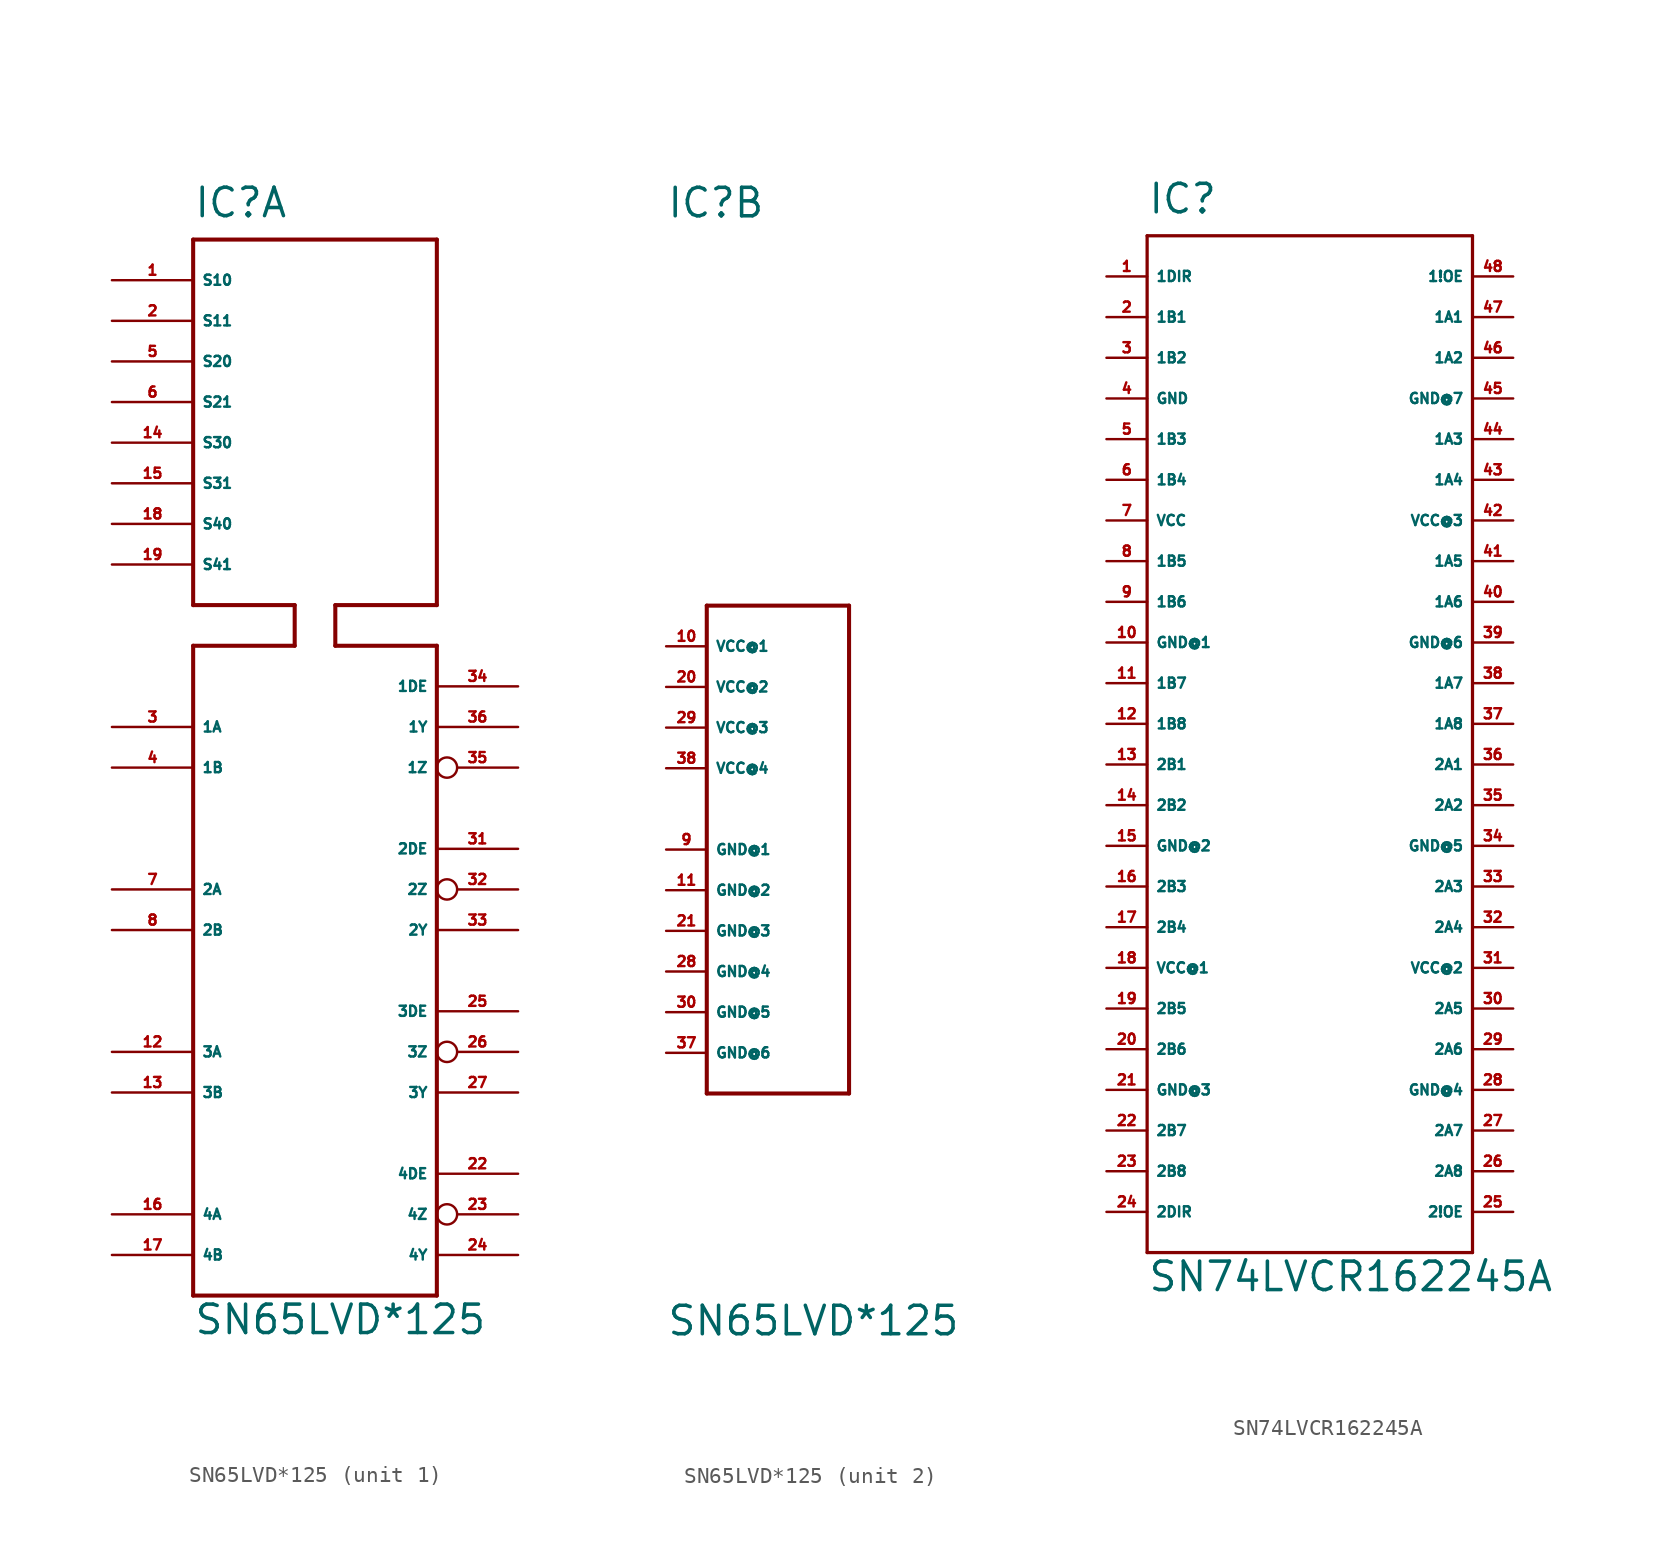
<source format=kicad_sym>
(kicad_symbol_lib
  (version 20220914)
  (generator Eagle2Kicad)
  (symbol "SN65LVD*125"
    (property "Reference" "IC"
      (at -7.62 36.83 0)
      (effects (font (size 1.778 1.778) (thickness 0.22)) (justify left bottom)))
    (property "Value" "SN65LVD*125"
      (at -7.62 -33.02 0)
      (effects (font (size 1.778 1.778) (thickness 0.22)) (justify left bottom)))
    (symbol "SN65LVD*125_1_0"
      (polyline (pts (xy -7.62 -30.48) (xy 7.62 -30.48)) (stroke (width 0.254) (type default)) (fill (type none)))
      (polyline (pts (xy 7.62 -30.48) (xy 7.62 10.16)) (stroke (width 0.254) (type default)) (fill (type none)))
      (polyline (pts (xy 7.62 10.16) (xy 1.27 10.16)) (stroke (width 0.254) (type default)) (fill (type none)))
      (polyline (pts (xy 1.27 12.7) (xy 7.62 12.7)) (stroke (width 0.254) (type default)) (fill (type none)))
      (polyline (pts (xy 7.62 12.7) (xy 7.62 35.56)) (stroke (width 0.254) (type default)) (fill (type none)))
      (polyline (pts (xy 7.62 35.56) (xy -7.62 35.56)) (stroke (width 0.254) (type default)) (fill (type none)))
      (polyline (pts (xy -7.62 35.56) (xy -7.62 12.7)) (stroke (width 0.254) (type default)) (fill (type none)))
      (polyline (pts (xy -7.62 12.7) (xy -1.27 12.7)) (stroke (width 0.254) (type default)) (fill (type none)))
      (polyline (pts (xy -1.27 12.7) (xy -1.27 10.16)) (stroke (width 0.254) (type default)) (fill (type none)))
      (polyline (pts (xy -1.27 10.16) (xy -7.62 10.16)) (stroke (width 0.254) (type default)) (fill (type none)))
      (polyline (pts (xy -7.62 10.16) (xy -7.62 -30.48)) (stroke (width 0.254) (type default)) (fill (type none)))
      (polyline (pts (xy 1.27 12.7) (xy 1.27 10.16)) (stroke (width 0.254) (type default)) (fill (type none)))
      (pin input line (at -12.7 5.08 0) (length 5.08) (name "1A" (effects (font (size 0.635 0.635) (thickness 0.08)) (justify left bottom))) (number "3" (effects (font (size 0.635 0.635) (thickness 0.08)) (justify left bottom))))
      (pin input line (at -12.7 2.54 0) (length 5.08) (name "1B" (effects (font (size 0.635 0.635) (thickness 0.08)) (justify left bottom))) (number "4" (effects (font (size 0.635 0.635) (thickness 0.08)) (justify left bottom))))
      (pin input line (at -12.7 -5.08 0) (length 5.08) (name "2A" (effects (font (size 0.635 0.635) (thickness 0.08)) (justify left bottom))) (number "7" (effects (font (size 0.635 0.635) (thickness 0.08)) (justify left bottom))))
      (pin input line (at -12.7 -7.62 0) (length 5.08) (name "2B" (effects (font (size 0.635 0.635) (thickness 0.08)) (justify left bottom))) (number "8" (effects (font (size 0.635 0.635) (thickness 0.08)) (justify left bottom))))
      (pin input line (at -12.7 -15.24 0) (length 5.08) (name "3A" (effects (font (size 0.635 0.635) (thickness 0.08)) (justify left bottom))) (number "12" (effects (font (size 0.635 0.635) (thickness 0.08)) (justify left bottom))))
      (pin input line (at -12.7 -17.78 0) (length 5.08) (name "3B" (effects (font (size 0.635 0.635) (thickness 0.08)) (justify left bottom))) (number "13" (effects (font (size 0.635 0.635) (thickness 0.08)) (justify left bottom))))
      (pin input line (at -12.7 -25.4 0) (length 5.08) (name "4A" (effects (font (size 0.635 0.635) (thickness 0.08)) (justify left bottom))) (number "16" (effects (font (size 0.635 0.635) (thickness 0.08)) (justify left bottom))))
      (pin input line (at -12.7 -27.94 0) (length 5.08) (name "4B" (effects (font (size 0.635 0.635) (thickness 0.08)) (justify left bottom))) (number "17" (effects (font (size 0.635 0.635) (thickness 0.08)) (justify left bottom))))
      (pin input line (at 12.7 7.62 180) (length 5.08) (name "1DE" (effects (font (size 0.635 0.635) (thickness 0.08)) (justify left bottom))) (number "34" (effects (font (size 0.635 0.635) (thickness 0.08)) (justify left bottom))))
      (pin input line (at 12.7 -2.54 180) (length 5.08) (name "2DE" (effects (font (size 0.635 0.635) (thickness 0.08)) (justify left bottom))) (number "31" (effects (font (size 0.635 0.635) (thickness 0.08)) (justify left bottom))))
      (pin input line (at 12.7 -12.7 180) (length 5.08) (name "3DE" (effects (font (size 0.635 0.635) (thickness 0.08)) (justify left bottom))) (number "25" (effects (font (size 0.635 0.635) (thickness 0.08)) (justify left bottom))))
      (pin input line (at 12.7 -22.86 180) (length 5.08) (name "4DE" (effects (font (size 0.635 0.635) (thickness 0.08)) (justify left bottom))) (number "22" (effects (font (size 0.635 0.635) (thickness 0.08)) (justify left bottom))))
      (pin output line (at 12.7 5.08 180) (length 5.08) (name "1Y" (effects (font (size 0.635 0.635) (thickness 0.08)) (justify left bottom))) (number "36" (effects (font (size 0.635 0.635) (thickness 0.08)) (justify left bottom))))
      (pin output inverted (at 12.7 2.54 180) (length 5.08) (name "1Z" (effects (font (size 0.635 0.635) (thickness 0.08)) (justify left bottom))) (number "35" (effects (font (size 0.635 0.635) (thickness 0.08)) (justify left bottom))))
      (pin output inverted (at 12.7 -5.08 180) (length 5.08) (name "2Z" (effects (font (size 0.635 0.635) (thickness 0.08)) (justify left bottom))) (number "32" (effects (font (size 0.635 0.635) (thickness 0.08)) (justify left bottom))))
      (pin output inverted (at 12.7 -15.24 180) (length 5.08) (name "3Z" (effects (font (size 0.635 0.635) (thickness 0.08)) (justify left bottom))) (number "26" (effects (font (size 0.635 0.635) (thickness 0.08)) (justify left bottom))))
      (pin output inverted (at 12.7 -25.4 180) (length 5.08) (name "4Z" (effects (font (size 0.635 0.635) (thickness 0.08)) (justify left bottom))) (number "23" (effects (font (size 0.635 0.635) (thickness 0.08)) (justify left bottom))))
      (pin output line (at 12.7 -7.62 180) (length 5.08) (name "2Y" (effects (font (size 0.635 0.635) (thickness 0.08)) (justify left bottom))) (number "33" (effects (font (size 0.635 0.635) (thickness 0.08)) (justify left bottom))))
      (pin output line (at 12.7 -17.78 180) (length 5.08) (name "3Y" (effects (font (size 0.635 0.635) (thickness 0.08)) (justify left bottom))) (number "27" (effects (font (size 0.635 0.635) (thickness 0.08)) (justify left bottom))))
      (pin output line (at 12.7 -27.94 180) (length 5.08) (name "4Y" (effects (font (size 0.635 0.635) (thickness 0.08)) (justify left bottom))) (number "24" (effects (font (size 0.635 0.635) (thickness 0.08)) (justify left bottom))))
      (pin input line (at -12.7 33.02 0) (length 5.08) (name "S10" (effects (font (size 0.635 0.635) (thickness 0.08)) (justify left bottom))) (number "1" (effects (font (size 0.635 0.635) (thickness 0.08)) (justify left bottom))))
      (pin input line (at -12.7 30.48 0) (length 5.08) (name "S11" (effects (font (size 0.635 0.635) (thickness 0.08)) (justify left bottom))) (number "2" (effects (font (size 0.635 0.635) (thickness 0.08)) (justify left bottom))))
      (pin input line (at -12.7 27.94 0) (length 5.08) (name "S20" (effects (font (size 0.635 0.635) (thickness 0.08)) (justify left bottom))) (number "5" (effects (font (size 0.635 0.635) (thickness 0.08)) (justify left bottom))))
      (pin input line (at -12.7 25.4 0) (length 5.08) (name "S21" (effects (font (size 0.635 0.635) (thickness 0.08)) (justify left bottom))) (number "6" (effects (font (size 0.635 0.635) (thickness 0.08)) (justify left bottom))))
      (pin input line (at -12.7 22.86 0) (length 5.08) (name "S30" (effects (font (size 0.635 0.635) (thickness 0.08)) (justify left bottom))) (number "14" (effects (font (size 0.635 0.635) (thickness 0.08)) (justify left bottom))))
      (pin input line (at -12.7 20.32 0) (length 5.08) (name "S31" (effects (font (size 0.635 0.635) (thickness 0.08)) (justify left bottom))) (number "15" (effects (font (size 0.635 0.635) (thickness 0.08)) (justify left bottom))))
      (pin input line (at -12.7 17.78 0) (length 5.08) (name "S40" (effects (font (size 0.635 0.635) (thickness 0.08)) (justify left bottom))) (number "18" (effects (font (size 0.635 0.635) (thickness 0.08)) (justify left bottom))))
      (pin input line (at -12.7 15.24 0) (length 5.08) (name "S41" (effects (font (size 0.635 0.635) (thickness 0.08)) (justify left bottom))) (number "19" (effects (font (size 0.635 0.635) (thickness 0.08)) (justify left bottom)))))
    (symbol "SN65LVD*125_2_0"
      (polyline (pts (xy -5.08 12.7) (xy 3.81 12.7)) (stroke (width 0.254) (type default)) (fill (type none)))
      (polyline (pts (xy 3.81 12.7) (xy 3.81 -17.78)) (stroke (width 0.254) (type default)) (fill (type none)))
      (polyline (pts (xy 3.81 -17.78) (xy -5.08 -17.78)) (stroke (width 0.254) (type default)) (fill (type none)))
      (polyline (pts (xy -5.08 -17.78) (xy -5.08 12.7)) (stroke (width 0.254) (type default)) (fill (type none)))
      (pin input line (at -7.62 10.16 0) (length 2.54) (name "VCC@1" (effects (font (size 0.635 0.635) (thickness 0.08)) (justify left bottom))) (number "10" (effects (font (size 0.635 0.635) (thickness 0.08)) (justify left bottom))))
      (pin input line (at -7.62 7.62 0) (length 2.54) (name "VCC@2" (effects (font (size 0.635 0.635) (thickness 0.08)) (justify left bottom))) (number "20" (effects (font (size 0.635 0.635) (thickness 0.08)) (justify left bottom))))
      (pin input line (at -7.62 5.08 0) (length 2.54) (name "VCC@3" (effects (font (size 0.635 0.635) (thickness 0.08)) (justify left bottom))) (number "29" (effects (font (size 0.635 0.635) (thickness 0.08)) (justify left bottom))))
      (pin input line (at -7.62 2.54 0) (length 2.54) (name "VCC@4" (effects (font (size 0.635 0.635) (thickness 0.08)) (justify left bottom))) (number "38" (effects (font (size 0.635 0.635) (thickness 0.08)) (justify left bottom))))
      (pin input line (at -7.62 -2.54 0) (length 2.54) (name "GND@1" (effects (font (size 0.635 0.635) (thickness 0.08)) (justify left bottom))) (number "9" (effects (font (size 0.635 0.635) (thickness 0.08)) (justify left bottom))))
      (pin input line (at -7.62 -5.08 0) (length 2.54) (name "GND@2" (effects (font (size 0.635 0.635) (thickness 0.08)) (justify left bottom))) (number "11" (effects (font (size 0.635 0.635) (thickness 0.08)) (justify left bottom))))
      (pin input line (at -7.62 -7.62 0) (length 2.54) (name "GND@3" (effects (font (size 0.635 0.635) (thickness 0.08)) (justify left bottom))) (number "21" (effects (font (size 0.635 0.635) (thickness 0.08)) (justify left bottom))))
      (pin input line (at -7.62 -10.16 0) (length 2.54) (name "GND@4" (effects (font (size 0.635 0.635) (thickness 0.08)) (justify left bottom))) (number "28" (effects (font (size 0.635 0.635) (thickness 0.08)) (justify left bottom))))
      (pin input line (at -7.62 -12.7 0) (length 2.54) (name "GND@5" (effects (font (size 0.635 0.635) (thickness 0.08)) (justify left bottom))) (number "30" (effects (font (size 0.635 0.635) (thickness 0.08)) (justify left bottom))))
      (pin input line (at -7.62 -15.24 0) (length 2.54) (name "GND@6" (effects (font (size 0.635 0.635) (thickness 0.08)) (justify left bottom))) (number "37" (effects (font (size 0.635 0.635) (thickness 0.08)) (justify left bottom))))))
  (symbol "SN74LVCR162245A"
    (property "Reference" "IC"
      (at -10.16 31.75 0)
      (effects (font (size 1.778 1.778) (thickness 0.22)) (justify left bottom)))
    (property "Value" "SN74LVCR162245A"
      (at -10.16 -35.56 0)
      (effects (font (size 1.778 1.778) (thickness 0.22)) (justify left bottom)))
    (polyline
      (pts (xy -10.16 -33.02) (xy 10.16 -33.02))
      (stroke (width 0.203) (type default))
      (fill (type none)))
    (polyline
      (pts (xy 10.16 -33.02) (xy 10.16 30.48))
      (stroke (width 0.203) (type default))
      (fill (type none)))
    (polyline
      (pts (xy 10.16 30.48) (xy -10.16 30.48))
      (stroke (width 0.203) (type default))
      (fill (type none)))
    (polyline
      (pts (xy -10.16 30.48) (xy -10.16 -33.02))
      (stroke (width 0.203) (type default))
      (fill (type none)))
    (pin input line
      (at -12.7 27.94 0)
      (length 2.54)
      (name "1DIR" (effects (font (size 0.635 0.635) (thickness 0.08)) (justify left bottom)))
      (number "1" (effects (font (size 0.635 0.635) (thickness 0.08)) (justify left bottom))))
    (pin tri_state line
      (at -12.7 25.4 0)
      (length 2.54)
      (name "1B1" (effects (font (size 0.635 0.635) (thickness 0.08)) (justify left bottom)))
      (number "2" (effects (font (size 0.635 0.635) (thickness 0.08)) (justify left bottom))))
    (pin tri_state line
      (at -12.7 22.86 0)
      (length 2.54)
      (name "1B2" (effects (font (size 0.635 0.635) (thickness 0.08)) (justify left bottom)))
      (number "3" (effects (font (size 0.635 0.635) (thickness 0.08)) (justify left bottom))))
    (pin unspecified line
      (at -12.7 20.32 0)
      (length 2.54)
      (name "GND" (effects (font (size 0.635 0.635) (thickness 0.08)) (justify left bottom)))
      (number "4" (effects (font (size 0.635 0.635) (thickness 0.08)) (justify left bottom))))
    (pin tri_state line
      (at -12.7 17.78 0)
      (length 2.54)
      (name "1B3" (effects (font (size 0.635 0.635) (thickness 0.08)) (justify left bottom)))
      (number "5" (effects (font (size 0.635 0.635) (thickness 0.08)) (justify left bottom))))
    (pin tri_state line
      (at -12.7 15.24 0)
      (length 2.54)
      (name "1B4" (effects (font (size 0.635 0.635) (thickness 0.08)) (justify left bottom)))
      (number "6" (effects (font (size 0.635 0.635) (thickness 0.08)) (justify left bottom))))
    (pin unspecified line
      (at -12.7 12.7 0)
      (length 2.54)
      (name "VCC" (effects (font (size 0.635 0.635) (thickness 0.08)) (justify left bottom)))
      (number "7" (effects (font (size 0.635 0.635) (thickness 0.08)) (justify left bottom))))
    (pin tri_state line
      (at -12.7 10.16 0)
      (length 2.54)
      (name "1B5" (effects (font (size 0.635 0.635) (thickness 0.08)) (justify left bottom)))
      (number "8" (effects (font (size 0.635 0.635) (thickness 0.08)) (justify left bottom))))
    (pin tri_state line
      (at -12.7 7.62 0)
      (length 2.54)
      (name "1B6" (effects (font (size 0.635 0.635) (thickness 0.08)) (justify left bottom)))
      (number "9" (effects (font (size 0.635 0.635) (thickness 0.08)) (justify left bottom))))
    (pin unspecified line
      (at -12.7 5.08 0)
      (length 2.54)
      (name "GND@1" (effects (font (size 0.635 0.635) (thickness 0.08)) (justify left bottom)))
      (number "10" (effects (font (size 0.635 0.635) (thickness 0.08)) (justify left bottom))))
    (pin tri_state line
      (at -12.7 2.54 0)
      (length 2.54)
      (name "1B7" (effects (font (size 0.635 0.635) (thickness 0.08)) (justify left bottom)))
      (number "11" (effects (font (size 0.635 0.635) (thickness 0.08)) (justify left bottom))))
    (pin tri_state line
      (at -12.7 0 0)
      (length 2.54)
      (name "1B8" (effects (font (size 0.635 0.635) (thickness 0.08)) (justify left bottom)))
      (number "12" (effects (font (size 0.635 0.635) (thickness 0.08)) (justify left bottom))))
    (pin tri_state line
      (at -12.7 -2.54 0)
      (length 2.54)
      (name "2B1" (effects (font (size 0.635 0.635) (thickness 0.08)) (justify left bottom)))
      (number "13" (effects (font (size 0.635 0.635) (thickness 0.08)) (justify left bottom))))
    (pin tri_state line
      (at -12.7 -5.08 0)
      (length 2.54)
      (name "2B2" (effects (font (size 0.635 0.635) (thickness 0.08)) (justify left bottom)))
      (number "14" (effects (font (size 0.635 0.635) (thickness 0.08)) (justify left bottom))))
    (pin unspecified line
      (at -12.7 -7.62 0)
      (length 2.54)
      (name "GND@2" (effects (font (size 0.635 0.635) (thickness 0.08)) (justify left bottom)))
      (number "15" (effects (font (size 0.635 0.635) (thickness 0.08)) (justify left bottom))))
    (pin tri_state line
      (at -12.7 -10.16 0)
      (length 2.54)
      (name "2B3" (effects (font (size 0.635 0.635) (thickness 0.08)) (justify left bottom)))
      (number "16" (effects (font (size 0.635 0.635) (thickness 0.08)) (justify left bottom))))
    (pin tri_state line
      (at -12.7 -12.7 0)
      (length 2.54)
      (name "2B4" (effects (font (size 0.635 0.635) (thickness 0.08)) (justify left bottom)))
      (number "17" (effects (font (size 0.635 0.635) (thickness 0.08)) (justify left bottom))))
    (pin unspecified line
      (at -12.7 -15.24 0)
      (length 2.54)
      (name "VCC@1" (effects (font (size 0.635 0.635) (thickness 0.08)) (justify left bottom)))
      (number "18" (effects (font (size 0.635 0.635) (thickness 0.08)) (justify left bottom))))
    (pin tri_state line
      (at -12.7 -17.78 0)
      (length 2.54)
      (name "2B5" (effects (font (size 0.635 0.635) (thickness 0.08)) (justify left bottom)))
      (number "19" (effects (font (size 0.635 0.635) (thickness 0.08)) (justify left bottom))))
    (pin tri_state line
      (at -12.7 -20.32 0)
      (length 2.54)
      (name "2B6" (effects (font (size 0.635 0.635) (thickness 0.08)) (justify left bottom)))
      (number "20" (effects (font (size 0.635 0.635) (thickness 0.08)) (justify left bottom))))
    (pin tri_state line
      (at -12.7 -22.86 0)
      (length 2.54)
      (name "GND@3" (effects (font (size 0.635 0.635) (thickness 0.08)) (justify left bottom)))
      (number "21" (effects (font (size 0.635 0.635) (thickness 0.08)) (justify left bottom))))
    (pin tri_state line
      (at -12.7 -25.4 0)
      (length 2.54)
      (name "2B7" (effects (font (size 0.635 0.635) (thickness 0.08)) (justify left bottom)))
      (number "22" (effects (font (size 0.635 0.635) (thickness 0.08)) (justify left bottom))))
    (pin tri_state line
      (at -12.7 -27.94 0)
      (length 2.54)
      (name "2B8" (effects (font (size 0.635 0.635) (thickness 0.08)) (justify left bottom)))
      (number "23" (effects (font (size 0.635 0.635) (thickness 0.08)) (justify left bottom))))
    (pin input line
      (at -12.7 -30.48 0)
      (length 2.54)
      (name "2DIR" (effects (font (size 0.635 0.635) (thickness 0.08)) (justify left bottom)))
      (number "24" (effects (font (size 0.635 0.635) (thickness 0.08)) (justify left bottom))))
    (pin input line
      (at 12.7 -30.48 180)
      (length 2.54)
      (name "2!OE" (effects (font (size 0.635 0.635) (thickness 0.08)) (justify left bottom)))
      (number "25" (effects (font (size 0.635 0.635) (thickness 0.08)) (justify left bottom))))
    (pin tri_state line
      (at 12.7 -27.94 180)
      (length 2.54)
      (name "2A8" (effects (font (size 0.635 0.635) (thickness 0.08)) (justify left bottom)))
      (number "26" (effects (font (size 0.635 0.635) (thickness 0.08)) (justify left bottom))))
    (pin tri_state line
      (at 12.7 -25.4 180)
      (length 2.54)
      (name "2A7" (effects (font (size 0.635 0.635) (thickness 0.08)) (justify left bottom)))
      (number "27" (effects (font (size 0.635 0.635) (thickness 0.08)) (justify left bottom))))
    (pin unspecified line
      (at 12.7 -22.86 180)
      (length 2.54)
      (name "GND@4" (effects (font (size 0.635 0.635) (thickness 0.08)) (justify left bottom)))
      (number "28" (effects (font (size 0.635 0.635) (thickness 0.08)) (justify left bottom))))
    (pin tri_state line
      (at 12.7 -20.32 180)
      (length 2.54)
      (name "2A6" (effects (font (size 0.635 0.635) (thickness 0.08)) (justify left bottom)))
      (number "29" (effects (font (size 0.635 0.635) (thickness 0.08)) (justify left bottom))))
    (pin tri_state line
      (at 12.7 -17.78 180)
      (length 2.54)
      (name "2A5" (effects (font (size 0.635 0.635) (thickness 0.08)) (justify left bottom)))
      (number "30" (effects (font (size 0.635 0.635) (thickness 0.08)) (justify left bottom))))
    (pin unspecified line
      (at 12.7 -15.24 180)
      (length 2.54)
      (name "VCC@2" (effects (font (size 0.635 0.635) (thickness 0.08)) (justify left bottom)))
      (number "31" (effects (font (size 0.635 0.635) (thickness 0.08)) (justify left bottom))))
    (pin tri_state line
      (at 12.7 -12.7 180)
      (length 2.54)
      (name "2A4" (effects (font (size 0.635 0.635) (thickness 0.08)) (justify left bottom)))
      (number "32" (effects (font (size 0.635 0.635) (thickness 0.08)) (justify left bottom))))
    (pin tri_state line
      (at 12.7 -10.16 180)
      (length 2.54)
      (name "2A3" (effects (font (size 0.635 0.635) (thickness 0.08)) (justify left bottom)))
      (number "33" (effects (font (size 0.635 0.635) (thickness 0.08)) (justify left bottom))))
    (pin unspecified line
      (at 12.7 -7.62 180)
      (length 2.54)
      (name "GND@5" (effects (font (size 0.635 0.635) (thickness 0.08)) (justify left bottom)))
      (number "34" (effects (font (size 0.635 0.635) (thickness 0.08)) (justify left bottom))))
    (pin tri_state line
      (at 12.7 -5.08 180)
      (length 2.54)
      (name "2A2" (effects (font (size 0.635 0.635) (thickness 0.08)) (justify left bottom)))
      (number "35" (effects (font (size 0.635 0.635) (thickness 0.08)) (justify left bottom))))
    (pin tri_state line
      (at 12.7 -2.54 180)
      (length 2.54)
      (name "2A1" (effects (font (size 0.635 0.635) (thickness 0.08)) (justify left bottom)))
      (number "36" (effects (font (size 0.635 0.635) (thickness 0.08)) (justify left bottom))))
    (pin tri_state line
      (at 12.7 0 180)
      (length 2.54)
      (name "1A8" (effects (font (size 0.635 0.635) (thickness 0.08)) (justify left bottom)))
      (number "37" (effects (font (size 0.635 0.635) (thickness 0.08)) (justify left bottom))))
    (pin tri_state line
      (at 12.7 2.54 180)
      (length 2.54)
      (name "1A7" (effects (font (size 0.635 0.635) (thickness 0.08)) (justify left bottom)))
      (number "38" (effects (font (size 0.635 0.635) (thickness 0.08)) (justify left bottom))))
    (pin tri_state line
      (at 12.7 5.08 180)
      (length 2.54)
      (name "GND@6" (effects (font (size 0.635 0.635) (thickness 0.08)) (justify left bottom)))
      (number "39" (effects (font (size 0.635 0.635) (thickness 0.08)) (justify left bottom))))
    (pin tri_state line
      (at 12.7 7.62 180)
      (length 2.54)
      (name "1A6" (effects (font (size 0.635 0.635) (thickness 0.08)) (justify left bottom)))
      (number "40" (effects (font (size 0.635 0.635) (thickness 0.08)) (justify left bottom))))
    (pin tri_state line
      (at 12.7 10.16 180)
      (length 2.54)
      (name "1A5" (effects (font (size 0.635 0.635) (thickness 0.08)) (justify left bottom)))
      (number "41" (effects (font (size 0.635 0.635) (thickness 0.08)) (justify left bottom))))
    (pin unspecified line
      (at 12.7 12.7 180)
      (length 2.54)
      (name "VCC@3" (effects (font (size 0.635 0.635) (thickness 0.08)) (justify left bottom)))
      (number "42" (effects (font (size 0.635 0.635) (thickness 0.08)) (justify left bottom))))
    (pin tri_state line
      (at 12.7 15.24 180)
      (length 2.54)
      (name "1A4" (effects (font (size 0.635 0.635) (thickness 0.08)) (justify left bottom)))
      (number "43" (effects (font (size 0.635 0.635) (thickness 0.08)) (justify left bottom))))
    (pin tri_state line
      (at 12.7 17.78 180)
      (length 2.54)
      (name "1A3" (effects (font (size 0.635 0.635) (thickness 0.08)) (justify left bottom)))
      (number "44" (effects (font (size 0.635 0.635) (thickness 0.08)) (justify left bottom))))
    (pin unspecified line
      (at 12.7 20.32 180)
      (length 2.54)
      (name "GND@7" (effects (font (size 0.635 0.635) (thickness 0.08)) (justify left bottom)))
      (number "45" (effects (font (size 0.635 0.635) (thickness 0.08)) (justify left bottom))))
    (pin tri_state line
      (at 12.7 22.86 180)
      (length 2.54)
      (name "1A2" (effects (font (size 0.635 0.635) (thickness 0.08)) (justify left bottom)))
      (number "46" (effects (font (size 0.635 0.635) (thickness 0.08)) (justify left bottom))))
    (pin tri_state line
      (at 12.7 25.4 180)
      (length 2.54)
      (name "1A1" (effects (font (size 0.635 0.635) (thickness 0.08)) (justify left bottom)))
      (number "47" (effects (font (size 0.635 0.635) (thickness 0.08)) (justify left bottom))))
    (pin input line
      (at 12.7 27.94 180)
      (length 2.54)
      (name "1!OE" (effects (font (size 0.635 0.635) (thickness 0.08)) (justify left bottom)))
      (number "48" (effects (font (size 0.635 0.635) (thickness 0.08)) (justify left bottom))))))
</source>
